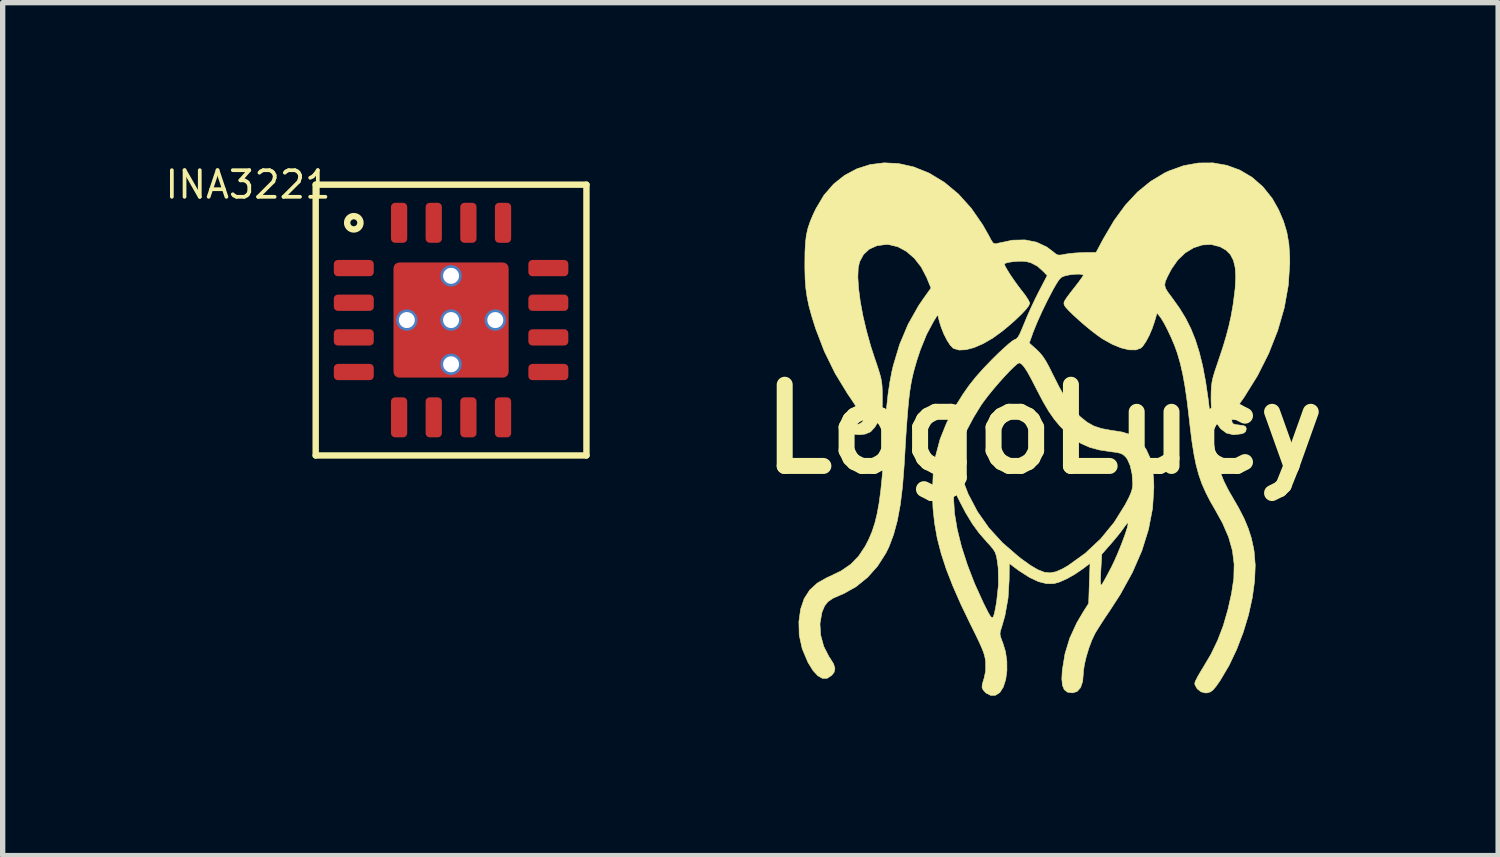
<source format=kicad_pcb>
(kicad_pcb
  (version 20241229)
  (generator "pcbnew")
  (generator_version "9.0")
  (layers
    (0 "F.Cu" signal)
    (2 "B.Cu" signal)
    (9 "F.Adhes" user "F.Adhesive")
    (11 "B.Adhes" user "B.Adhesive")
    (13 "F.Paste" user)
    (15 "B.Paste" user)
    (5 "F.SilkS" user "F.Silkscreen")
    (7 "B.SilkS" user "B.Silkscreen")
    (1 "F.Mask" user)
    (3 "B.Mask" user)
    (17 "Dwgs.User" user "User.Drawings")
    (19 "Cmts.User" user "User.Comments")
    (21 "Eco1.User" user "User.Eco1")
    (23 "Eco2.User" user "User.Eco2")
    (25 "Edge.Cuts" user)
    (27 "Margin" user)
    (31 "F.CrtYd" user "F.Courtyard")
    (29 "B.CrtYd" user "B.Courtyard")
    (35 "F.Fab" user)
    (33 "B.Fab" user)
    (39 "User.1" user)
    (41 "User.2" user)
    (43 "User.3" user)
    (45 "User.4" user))
  (footprint "LogoLucy"
    (layer "F.Cu")
    (at 16.535 5.003)
    (property "Reference" "LogoLucy" (at 0 0 0) (layer "F.SilkS") (effects (font (size 1.524 1.524) (thickness 0.3))))
    (attr through_hole)
    (fp_poly (pts (xy -2.724 -4.984) (xy -2.445 -4.922) (xy -2.165 -4.81) (xy -2.148 -4.802) (xy -1.864 -4.63) (xy -1.602 -4.411) (xy -1.363 -4.146) (xy -1.149 -3.837) (xy -1.036 -3.638) (xy -0.989 -3.549) (xy -0.956 -3.499) (xy -0.925 -3.48) (xy -0.887 -3.482) (xy -0.845 -3.493) (xy -0.588 -3.547) (xy -0.352 -3.552) (xy -0.138 -3.509) (xy 0.054 -3.419) (xy 0.169 -3.333) (xy 0.227 -3.286) (xy 0.273 -3.267) (xy 0.332 -3.27) (xy 0.387 -3.282) (xy 0.474 -3.295) (xy 0.592 -3.307) (xy 0.719 -3.313) (xy 0.747 -3.314) (xy 0.98 -3.317) (xy 1.115 -3.57) (xy 1.316 -3.912) (xy 1.529 -4.204) (xy 1.757 -4.449) (xy 2.002 -4.649) (xy 2.266 -4.808) (xy 2.345 -4.845) (xy 2.623 -4.945) (xy 2.901 -4.995) (xy 3.173 -4.997) (xy 3.434 -4.951) (xy 3.681 -4.86) (xy 3.908 -4.725) (xy 4.11 -4.548) (xy 4.284 -4.331) (xy 4.401 -4.125) (xy 4.495 -3.906) (xy 4.559 -3.696) (xy 4.597 -3.478) (xy 4.613 -3.234) (xy 4.614 -3.122) (xy 4.587 -2.705) (xy 4.511 -2.279) (xy 4.387 -1.85) (xy 4.219 -1.423) (xy 4.009 -1.005) (xy 3.757 -0.6) (xy 3.691 -0.507) (xy 3.612 -0.393) (xy 3.56 -0.311) (xy 3.533 -0.25) (xy 3.523 -0.201) (xy 3.524 -0.178) (xy 3.532 -0.127) (xy 3.555 -0.1) (xy 3.605 -0.086) (xy 3.664 -0.079) (xy 3.743 -0.069) (xy 3.783 -0.052) (xy 3.796 -0.022) (xy 3.797 -0.002) (xy 3.785 0.046) (xy 3.742 0.075) (xy 3.704 0.087) (xy 3.556 0.104) (xy 3.426 0.072) (xy 3.316 -0.01) (xy 3.224 -0.14) (xy 3.197 -0.195) (xy 3.168 -0.268) (xy 3.15 -0.341) (xy 3.141 -0.429) (xy 3.137 -0.549) (xy 3.137 -0.609) (xy 3.139 -0.717) (xy 3.144 -0.806) (xy 3.155 -0.886) (xy 3.174 -0.973) (xy 3.205 -1.078) (xy 3.251 -1.214) (xy 3.274 -1.283) (xy 3.357 -1.532) (xy 3.421 -1.746) (xy 3.472 -1.938) (xy 3.513 -2.124) (xy 3.547 -2.316) (xy 3.557 -2.385) (xy 3.589 -2.643) (xy 3.6 -2.856) (xy 3.59 -3.03) (xy 3.557 -3.168) (xy 3.5 -3.277) (xy 3.419 -3.359) (xy 3.311 -3.421) (xy 3.301 -3.425) (xy 3.139 -3.466) (xy 2.973 -3.457) (xy 2.809 -3.404) (xy 2.653 -3.309) (xy 2.513 -3.176) (xy 2.395 -3.007) (xy 2.375 -2.971) (xy 2.315 -2.854) (xy 2.278 -2.77) (xy 2.268 -2.704) (xy 2.283 -2.643) (xy 2.326 -2.572) (xy 2.398 -2.476) (xy 2.413 -2.455) (xy 2.545 -2.27) (xy 2.66 -2.083) (xy 2.758 -1.887) (xy 2.843 -1.676) (xy 2.916 -1.444) (xy 2.98 -1.185) (xy 3.035 -0.892) (xy 3.084 -0.56) (xy 3.129 -0.182) (xy 3.136 -0.119) (xy 3.17 0.167) (xy 3.209 0.41) (xy 3.254 0.619) (xy 3.309 0.804) (xy 3.377 0.974) (xy 3.46 1.14) (xy 3.522 1.247) (xy 3.655 1.477) (xy 3.758 1.678) (xy 3.835 1.863) (xy 3.893 2.043) (xy 3.934 2.231) (xy 3.944 2.288) (xy 3.966 2.552) (xy 3.954 2.845) (xy 3.911 3.159) (xy 3.84 3.483) (xy 3.741 3.809) (xy 3.619 4.128) (xy 3.476 4.43) (xy 3.313 4.706) (xy 3.302 4.723) (xy 3.229 4.827) (xy 3.172 4.894) (xy 3.122 4.93) (xy 3.068 4.946) (xy 3.026 4.948) (xy 2.947 4.926) (xy 2.877 4.87) (xy 2.836 4.798) (xy 2.831 4.764) (xy 2.845 4.724) (xy 2.881 4.652) (xy 2.935 4.558) (xy 2.981 4.483) (xy 3.136 4.221) (xy 3.262 3.959) (xy 3.367 3.684) (xy 3.454 3.382) (xy 3.521 3.084) (xy 3.564 2.798) (xy 3.57 2.532) (xy 3.538 2.277) (xy 3.466 2.023) (xy 3.352 1.76) (xy 3.222 1.525) (xy 3.12 1.348) (xy 3.036 1.183) (xy 2.965 1.022) (xy 2.907 0.856) (xy 2.858 0.676) (xy 2.817 0.475) (xy 2.78 0.243) (xy 2.746 -0.029) (xy 2.725 -0.212) (xy 2.688 -0.526) (xy 2.649 -0.796) (xy 2.607 -1.03) (xy 2.56 -1.235) (xy 2.506 -1.422) (xy 2.501 -1.437) (xy 2.453 -1.57) (xy 2.392 -1.714) (xy 2.325 -1.857) (xy 2.259 -1.985) (xy 2.2 -2.083) (xy 2.176 -2.115) (xy 2.123 -2.18) (xy 2.078 -2.024) (xy 2.032 -1.889) (xy 1.976 -1.758) (xy 1.915 -1.644) (xy 1.857 -1.559) (xy 1.82 -1.523) (xy 1.726 -1.488) (xy 1.601 -1.489) (xy 1.451 -1.525) (xy 1.284 -1.593) (xy 1.105 -1.693) (xy 1.085 -1.706) (xy 0.993 -1.771) (xy 0.885 -1.854) (xy 0.771 -1.948) (xy 0.658 -2.046) (xy 0.554 -2.141) (xy 0.468 -2.225) (xy 0.408 -2.291) (xy 0.383 -2.329) (xy 0.377 -2.355) (xy 0.379 -2.382) (xy 0.395 -2.416) (xy 0.428 -2.467) (xy 0.483 -2.541) (xy 0.565 -2.647) (xy 0.595 -2.685) (xy 0.66 -2.77) (xy 0.71 -2.839) (xy 0.738 -2.882) (xy 0.741 -2.89) (xy 0.717 -2.904) (xy 0.656 -2.91) (xy 0.572 -2.907) (xy 0.481 -2.896) (xy 0.414 -2.882) (xy 0.363 -2.867) (xy 0.322 -2.844) (xy 0.285 -2.805) (xy 0.242 -2.74) (xy 0.184 -2.641) (xy 0.168 -2.611) (xy 0.068 -2.42) (xy -0.033 -2.213) (xy -0.126 -2.006) (xy -0.202 -1.819) (xy -0.225 -1.754) (xy -0.274 -1.617) (xy -0.136 -1.494) (xy -0.075 -1.433) (xy -0.02 -1.366) (xy 0.035 -1.283) (xy 0.096 -1.172) (xy 0.17 -1.023) (xy 0.172 -1.019) (xy 0.287 -0.792) (xy 0.391 -0.607) (xy 0.488 -0.458) (xy 0.583 -0.337) (xy 0.68 -0.237) (xy 0.689 -0.229) (xy 0.813 -0.13) (xy 0.94 -0.059) (xy 1.084 -0.012) (xy 1.261 0.021) (xy 1.293 0.025) (xy 1.468 0.053) (xy 1.604 0.094) (xy 1.712 0.152) (xy 1.806 0.232) (xy 1.816 0.242) (xy 1.917 0.374) (xy 1.989 0.53) (xy 2.036 0.717) (xy 2.06 0.941) (xy 2.064 1.096) (xy 2.039 1.487) (xy 1.963 1.881) (xy 1.838 2.281) (xy 1.661 2.687) (xy 1.433 3.101) (xy 1.231 3.413) (xy 1.148 3.535) (xy 1.069 3.657) (xy 1.001 3.764) (xy 0.958 3.836) (xy 0.901 3.956) (xy 0.846 4.102) (xy 0.798 4.259) (xy 0.762 4.409) (xy 0.743 4.535) (xy 0.741 4.574) (xy 0.728 4.733) (xy 0.688 4.849) (xy 0.624 4.921) (xy 0.537 4.947) (xy 0.534 4.947) (xy 0.445 4.934) (xy 0.384 4.888) (xy 0.349 4.806) (xy 0.337 4.683) (xy 0.346 4.522) (xy 0.397 4.212) (xy 0.486 3.92) (xy 0.618 3.633) (xy 0.74 3.426) (xy 0.841 3.268) (xy 0.853 2.892) (xy 0.854 2.871) (xy 1.062 2.871) (xy 1.067 2.916) (xy 1.079 2.924) (xy 1.082 2.922) (xy 1.104 2.889) (xy 1.145 2.818) (xy 1.198 2.72) (xy 1.259 2.604) (xy 1.27 2.583) (xy 1.326 2.466) (xy 1.384 2.334) (xy 1.44 2.198) (xy 1.491 2.065) (xy 1.534 1.945) (xy 1.565 1.847) (xy 1.58 1.78) (xy 1.579 1.756) (xy 1.56 1.769) (xy 1.523 1.815) (xy 1.501 1.847) (xy 1.453 1.913) (xy 1.382 2.003) (xy 1.299 2.102) (xy 1.26 2.148) (xy 1.086 2.346) (xy 1.069 2.648) (xy 1.063 2.783) (xy 1.062 2.871) (xy 0.854 2.871) (xy 0.866 2.517) (xy 0.731 2.619) (xy 0.584 2.719) (xy 0.435 2.804) (xy 0.296 2.866) (xy 0.189 2.897) (xy 0.053 2.898) (xy -0.1 2.86) (xy -0.271 2.779) (xy -0.466 2.654) (xy -0.561 2.584) (xy -0.648 2.517) (xy -0.651 2.826) (xy -0.672 3.172) (xy -0.731 3.501) (xy -0.791 3.71) (xy -0.815 3.784) (xy -0.823 3.838) (xy -0.814 3.892) (xy -0.787 3.967) (xy -0.771 4.006) (xy -0.72 4.173) (xy -0.694 4.352) (xy -0.693 4.53) (xy -0.716 4.696) (xy -0.761 4.838) (xy -0.827 4.941) (xy -0.906 4.991) (xy -0.995 4.995) (xy -1.081 4.952) (xy -1.099 4.936) (xy -1.141 4.888) (xy -1.16 4.843) (xy -1.155 4.784) (xy -1.129 4.696) (xy -1.121 4.672) (xy -1.092 4.535) (xy -1.092 4.376) (xy -1.092 4.375) (xy -1.099 4.313) (xy -1.112 4.251) (xy -1.133 4.182) (xy -1.167 4.097) (xy -1.216 3.988) (xy -1.283 3.848) (xy -1.372 3.669) (xy -1.555 3.289) (xy -1.707 2.943) (xy -1.831 2.625) (xy -1.928 2.327) (xy -2.001 2.043) (xy -2.05 1.764) (xy -2.08 1.485) (xy -2.086 1.312) (xy -1.693 1.312) (xy -1.676 1.578) (xy -1.626 1.877) (xy -1.546 2.201) (xy -1.436 2.542) (xy -1.301 2.893) (xy -1.14 3.248) (xy -1.104 3.321) (xy -1.046 3.436) (xy -1.003 3.509) (xy -0.973 3.538) (xy -0.949 3.521) (xy -0.928 3.457) (xy -0.905 3.344) (xy -0.886 3.234) (xy -0.851 2.912) (xy -0.857 2.599) (xy -0.875 2.462) (xy -0.891 2.377) (xy -0.913 2.312) (xy -0.95 2.251) (xy -1.009 2.18) (xy -1.066 2.118) (xy -1.214 1.949) (xy -1.344 1.77) (xy -1.467 1.567) (xy -1.567 1.376) (xy -1.693 1.124) (xy -1.693 1.312) (xy -2.086 1.312) (xy -2.09 1.199) (xy -2.09 1.166) (xy -2.075 0.817) (xy -2.041 0.582) (xy -1.649 0.582) (xy -1.562 0.849) (xy -1.419 1.218) (xy -1.244 1.55) (xy -1.031 1.852) (xy -0.777 2.13) (xy -0.475 2.391) (xy -0.42 2.434) (xy -0.254 2.553) (xy -0.116 2.635) (xy 0.004 2.682) (xy 0.114 2.695) (xy 0.224 2.675) (xy 0.344 2.623) (xy 0.454 2.56) (xy 0.778 2.327) (xy 1.068 2.055) (xy 1.32 1.747) (xy 1.528 1.413) (xy 1.592 1.29) (xy 1.633 1.198) (xy 1.656 1.125) (xy 1.666 1.057) (xy 1.667 1.015) (xy 1.655 0.839) (xy 1.621 0.685) (xy 1.568 0.565) (xy 1.538 0.524) (xy 1.494 0.482) (xy 1.445 0.455) (xy 1.375 0.437) (xy 1.268 0.423) (xy 1.265 0.423) (xy 1.042 0.389) (xy 0.858 0.339) (xy 0.698 0.268) (xy 0.549 0.169) (xy 0.424 0.062) (xy 0.304 -0.057) (xy 0.197 -0.185) (xy 0.094 -0.333) (xy -0.01 -0.509) (xy -0.123 -0.724) (xy -0.145 -0.767) (xy -0.235 -0.942) (xy -0.307 -1.073) (xy -0.366 -1.164) (xy -0.413 -1.218) (xy -0.452 -1.242) (xy -0.465 -1.244) (xy -0.501 -1.224) (xy -0.563 -1.17) (xy -0.645 -1.089) (xy -0.74 -0.988) (xy -0.842 -0.874) (xy -0.945 -0.754) (xy -1.041 -0.636) (xy -1.125 -0.526) (xy -1.178 -0.451) (xy -1.319 -0.222) (xy -1.443 0.011) (xy -1.541 0.233) (xy -1.603 0.417) (xy -1.649 0.582) (xy -2.041 0.582) (xy -2.029 0.495) (xy -1.947 0.187) (xy -1.826 -0.115) (xy -1.664 -0.423) (xy -1.515 -0.661) (xy -1.401 -0.823) (xy -1.277 -0.979) (xy -1.132 -1.142) (xy -0.965 -1.315) (xy -0.85 -1.428) (xy -0.743 -1.527) (xy -0.653 -1.607) (xy -0.585 -1.66) (xy -0.549 -1.681) (xy -0.517 -1.695) (xy -0.486 -1.727) (xy -0.453 -1.785) (xy -0.412 -1.878) (xy -0.37 -1.98) (xy -0.311 -2.122) (xy -0.237 -2.288) (xy -0.158 -2.454) (xy -0.098 -2.573) (xy 0.063 -2.883) (xy -0.002 -2.952) (xy -0.12 -3.059) (xy -0.243 -3.123) (xy -0.327 -3.145) (xy -0.403 -3.152) (xy -0.495 -3.151) (xy -0.589 -3.142) (xy -0.671 -3.129) (xy -0.726 -3.112) (xy -0.741 -3.098) (xy -0.726 -3.058) (xy -0.686 -2.987) (xy -0.628 -2.894) (xy -0.558 -2.792) (xy -0.484 -2.689) (xy -0.413 -2.596) (xy -0.409 -2.592) (xy -0.343 -2.505) (xy -0.293 -2.428) (xy -0.267 -2.373) (xy -0.265 -2.362) (xy -0.285 -2.315) (xy -0.341 -2.243) (xy -0.429 -2.15) (xy -0.541 -2.043) (xy -0.673 -1.928) (xy -0.781 -1.839) (xy -0.96 -1.709) (xy -1.138 -1.606) (xy -1.306 -1.533) (xy -1.459 -1.492) (xy -1.59 -1.485) (xy -1.693 -1.515) (xy -1.703 -1.522) (xy -1.757 -1.577) (xy -1.817 -1.669) (xy -1.876 -1.786) (xy -1.927 -1.914) (xy -1.96 -2.02) (xy -1.992 -2.148) (xy -2.071 -2.02) (xy -2.199 -1.781) (xy -2.316 -1.494) (xy -2.38 -1.301) (xy -2.415 -1.182) (xy -2.446 -1.07) (xy -2.472 -0.958) (xy -2.495 -0.841) (xy -2.515 -0.713) (xy -2.533 -0.567) (xy -2.549 -0.399) (xy -2.565 -0.203) (xy -2.582 0.028) (xy -2.599 0.3) (xy -2.617 0.617) (xy -2.621 0.675) (xy -2.651 1.067) (xy -2.693 1.413) (xy -2.749 1.715) (xy -2.82 1.978) (xy -2.906 2.206) (xy -2.966 2.328) (xy -3.12 2.569) (xy -3.308 2.78) (xy -3.523 2.954) (xy -3.756 3.085) (xy -3.823 3.113) (xy -3.958 3.172) (xy -4.051 3.236) (xy -4.114 3.316) (xy -4.159 3.423) (xy -4.166 3.445) (xy -4.201 3.65) (xy -4.188 3.863) (xy -4.131 4.073) (xy -4.031 4.269) (xy -4.009 4.3) (xy -3.944 4.406) (xy -3.92 4.49) (xy -3.936 4.561) (xy -3.981 4.618) (xy -4.064 4.673) (xy -4.151 4.676) (xy -4.241 4.626) (xy -4.333 4.525) (xy -4.426 4.374) (xy -4.428 4.37) (xy -4.534 4.118) (xy -4.59 3.863) (xy -4.596 3.612) (xy -4.564 3.376) (xy -4.497 3.179) (xy -4.393 3.017) (xy -4.249 2.886) (xy -4.063 2.781) (xy -4.029 2.767) (xy -3.805 2.659) (xy -3.624 2.535) (xy -3.476 2.383) (xy -3.351 2.195) (xy -3.282 2.06) (xy -3.223 1.92) (xy -3.172 1.765) (xy -3.129 1.59) (xy -3.092 1.39) (xy -3.061 1.159) (xy -3.034 0.892) (xy -3.011 0.583) (xy -2.992 0.227) (xy -2.99 0.198) (xy -2.972 -0.128) (xy -2.95 -0.41) (xy -2.923 -0.658) (xy -2.89 -0.881) (xy -2.85 -1.089) (xy -2.826 -1.191) (xy -2.706 -1.591) (xy -2.547 -1.968) (xy -2.352 -2.314) (xy -2.265 -2.442) (xy -2.117 -2.649) (xy -2.199 -2.847) (xy -2.301 -3.043) (xy -2.43 -3.208) (xy -2.578 -3.336) (xy -2.739 -3.423) (xy -2.909 -3.464) (xy -2.96 -3.466) (xy -3.13 -3.444) (xy -3.273 -3.38) (xy -3.383 -3.279) (xy -3.456 -3.144) (xy -3.483 -3.027) (xy -3.49 -2.852) (xy -3.476 -2.638) (xy -3.444 -2.392) (xy -3.394 -2.125) (xy -3.328 -1.844) (xy -3.248 -1.557) (xy -3.181 -1.351) (xy -3.127 -1.192) (xy -3.088 -1.07) (xy -3.061 -0.975) (xy -3.045 -0.894) (xy -3.036 -0.816) (xy -3.032 -0.728) (xy -3.031 -0.619) (xy -3.031 -0.609) (xy -3.031 -0.473) (xy -3.035 -0.377) (xy -3.045 -0.304) (xy -3.064 -0.242) (xy -3.093 -0.175) (xy -3.105 -0.15) (xy -3.171 -0.039) (xy -3.242 0.039) (xy -3.264 0.055) (xy -3.353 0.091) (xy -3.452 0.104) (xy -3.548 0.096) (xy -3.628 0.069) (xy -3.679 0.025) (xy -3.691 -0.014) (xy -3.682 -0.047) (xy -3.646 -0.066) (xy -3.57 -0.078) (xy -3.561 -0.079) (xy -3.46 -0.1) (xy -3.404 -0.136) (xy -3.403 -0.139) (xy -3.392 -0.162) (xy -3.391 -0.188) (xy -3.402 -0.225) (xy -3.429 -0.278) (xy -3.475 -0.354) (xy -3.543 -0.458) (xy -3.636 -0.598) (xy -3.683 -0.666) (xy -3.916 -1.048) (xy -4.118 -1.46) (xy -4.28 -1.883) (xy -4.283 -1.892) (xy -4.353 -2.114) (xy -4.405 -2.302) (xy -4.441 -2.471) (xy -4.465 -2.636) (xy -4.479 -2.813) (xy -4.484 -3.016) (xy -4.484 -3.109) (xy -4.482 -3.322) (xy -4.473 -3.495) (xy -4.456 -3.641) (xy -4.426 -3.772) (xy -4.382 -3.902) (xy -4.322 -4.043) (xy -4.274 -4.142) (xy -4.126 -4.39) (xy -3.946 -4.598) (xy -3.739 -4.763) (xy -3.508 -4.886) (xy -3.26 -4.965) (xy -2.997 -4.998) (xy -2.724 -4.984)) (stroke (width 0.01) (type solid)) (fill yes) (layer "F.SilkS")))
  (footprint "INA3221"
    (layer "F.Cu")
    (at 5.413 2.955)
    (property "Reference" "INA3221" (at -3.81 -2.54 0) (layer "F.SilkS") (effects (font (size 0.5 0.5) (thickness 0.07))))
    (attr through_hole)
    (fp_line (start -2.54 -2.54) (end 2.54 -2.54) (stroke (width 0.12) (type solid)) (layer "F.SilkS"))
    (fp_line (start -2.54 2.54) (end -2.54 -2.54) (stroke (width 0.12) (type solid)) (layer "F.SilkS"))
    (fp_line (start 2.54 -2.54) (end 2.54 2.54) (stroke (width 0.12) (type solid)) (layer "F.SilkS"))
    (fp_line (start 2.54 2.54) (end -2.54 2.54) (stroke (width 0.12) (type solid)) (layer "F.SilkS"))
    (fp_circle (center -1.825 -1.825) (end -1.7 -1.825) (stroke (width 0.12) (type solid)) (fill no) (layer "F.SilkS"))
    (pad "1" smd roundrect (at -1.825 -0.975) (size 0.75 0.305) (layers "F.Cu" "F.Mask" "F.Paste") (roundrect_rratio 0.25))
    (pad "2" smd roundrect (at -1.825 -0.325) (size 0.75 0.305) (layers "F.Cu" "F.Mask" "F.Paste") (roundrect_rratio 0.25))
    (pad "3" smd roundrect (at -1.825 0.325) (size 0.75 0.305) (layers "F.Cu" "F.Mask" "F.Paste") (roundrect_rratio 0.25))
    (pad "4" smd roundrect (at -1.825 0.975) (size 0.75 0.305) (layers "F.Cu" "F.Mask" "F.Paste") (roundrect_rratio 0.25))
    (pad "5" smd roundrect (at -0.975 1.825 90) (size 0.75 0.305) (layers "F.Cu" "F.Mask" "F.Paste") (roundrect_rratio 0.25))
    (pad "6" smd roundrect (at -0.325 1.825 90) (size 0.75 0.305) (layers "F.Cu" "F.Mask" "F.Paste") (roundrect_rratio 0.25))
    (pad "7" smd roundrect (at 0.325 1.825 90) (size 0.75 0.305) (layers "F.Cu" "F.Mask" "F.Paste") (roundrect_rratio 0.25))
    (pad "8" smd roundrect (at 0.975 1.825 90) (size 0.75 0.305) (layers "F.Cu" "F.Mask" "F.Paste") (roundrect_rratio 0.25))
    (pad "9" smd roundrect (at 1.825 0.975 180) (size 0.75 0.305) (layers "F.Cu" "F.Mask" "F.Paste") (roundrect_rratio 0.25))
    (pad "10" smd roundrect (at 1.825 0.325 180) (size 0.75 0.305) (layers "F.Cu" "F.Mask" "F.Paste") (roundrect_rratio 0.25))
    (pad "11" smd roundrect (at 1.825 -0.325 180) (size 0.75 0.305) (layers "F.Cu" "F.Mask" "F.Paste") (roundrect_rratio 0.25))
    (pad "12" smd roundrect (at 1.825 -0.975 180) (size 0.75 0.305) (layers "F.Cu" "F.Mask" "F.Paste") (roundrect_rratio 0.25))
    (pad "13" smd roundrect (at 0.975 -1.825 270) (size 0.75 0.305) (layers "F.Cu" "F.Mask" "F.Paste") (roundrect_rratio 0.25))
    (pad "14" smd roundrect (at 0.325 -1.825 270) (size 0.75 0.305) (layers "F.Cu" "F.Mask" "F.Paste") (roundrect_rratio 0.25))
    (pad "15" smd roundrect (at -0.325 -1.825 270) (size 0.75 0.305) (layers "F.Cu" "F.Mask" "F.Paste") (roundrect_rratio 0.25))
    (pad "16" smd roundrect (at -0.975 -1.825 270) (size 0.75 0.305) (layers "F.Cu" "F.Mask" "F.Paste") (roundrect_rratio 0.25))
    (pad "17" thru_hole circle (at -0.83 0 180) (size 0.4 0.4) (drill 0.3) (layers "*.Cu" "*.Mask"))
    (pad "17" thru_hole circle (at 0 -0.83 90) (size 0.4 0.4) (drill 0.3) (layers "*.Cu" "*.Mask"))
    (pad "17" thru_hole circle (at 0 0) (size 0.4 0.4) (drill 0.3) (layers "*.Cu" "*.Mask"))
    (pad "17" smd roundrect (at 0 0) (size 2.16 2.16) (layers "F.Cu" "F.Mask" "F.Paste") (roundrect_rratio 0.05))
    (pad "17" thru_hole circle (at 0 0.83 270) (size 0.4 0.4) (drill 0.3) (layers "*.Cu" "*.Mask"))
    (pad "17" thru_hole circle (at 0.83 0) (size 0.4 0.4) (drill 0.3) (layers "*.Cu" "*.Mask")))
  (gr_rect
    (start -3 -3)
    (end 25.058 13.003)
    (stroke (width 0.1) (type default))
    (fill no)
    (layer "Edge.Cuts")))
</source>
